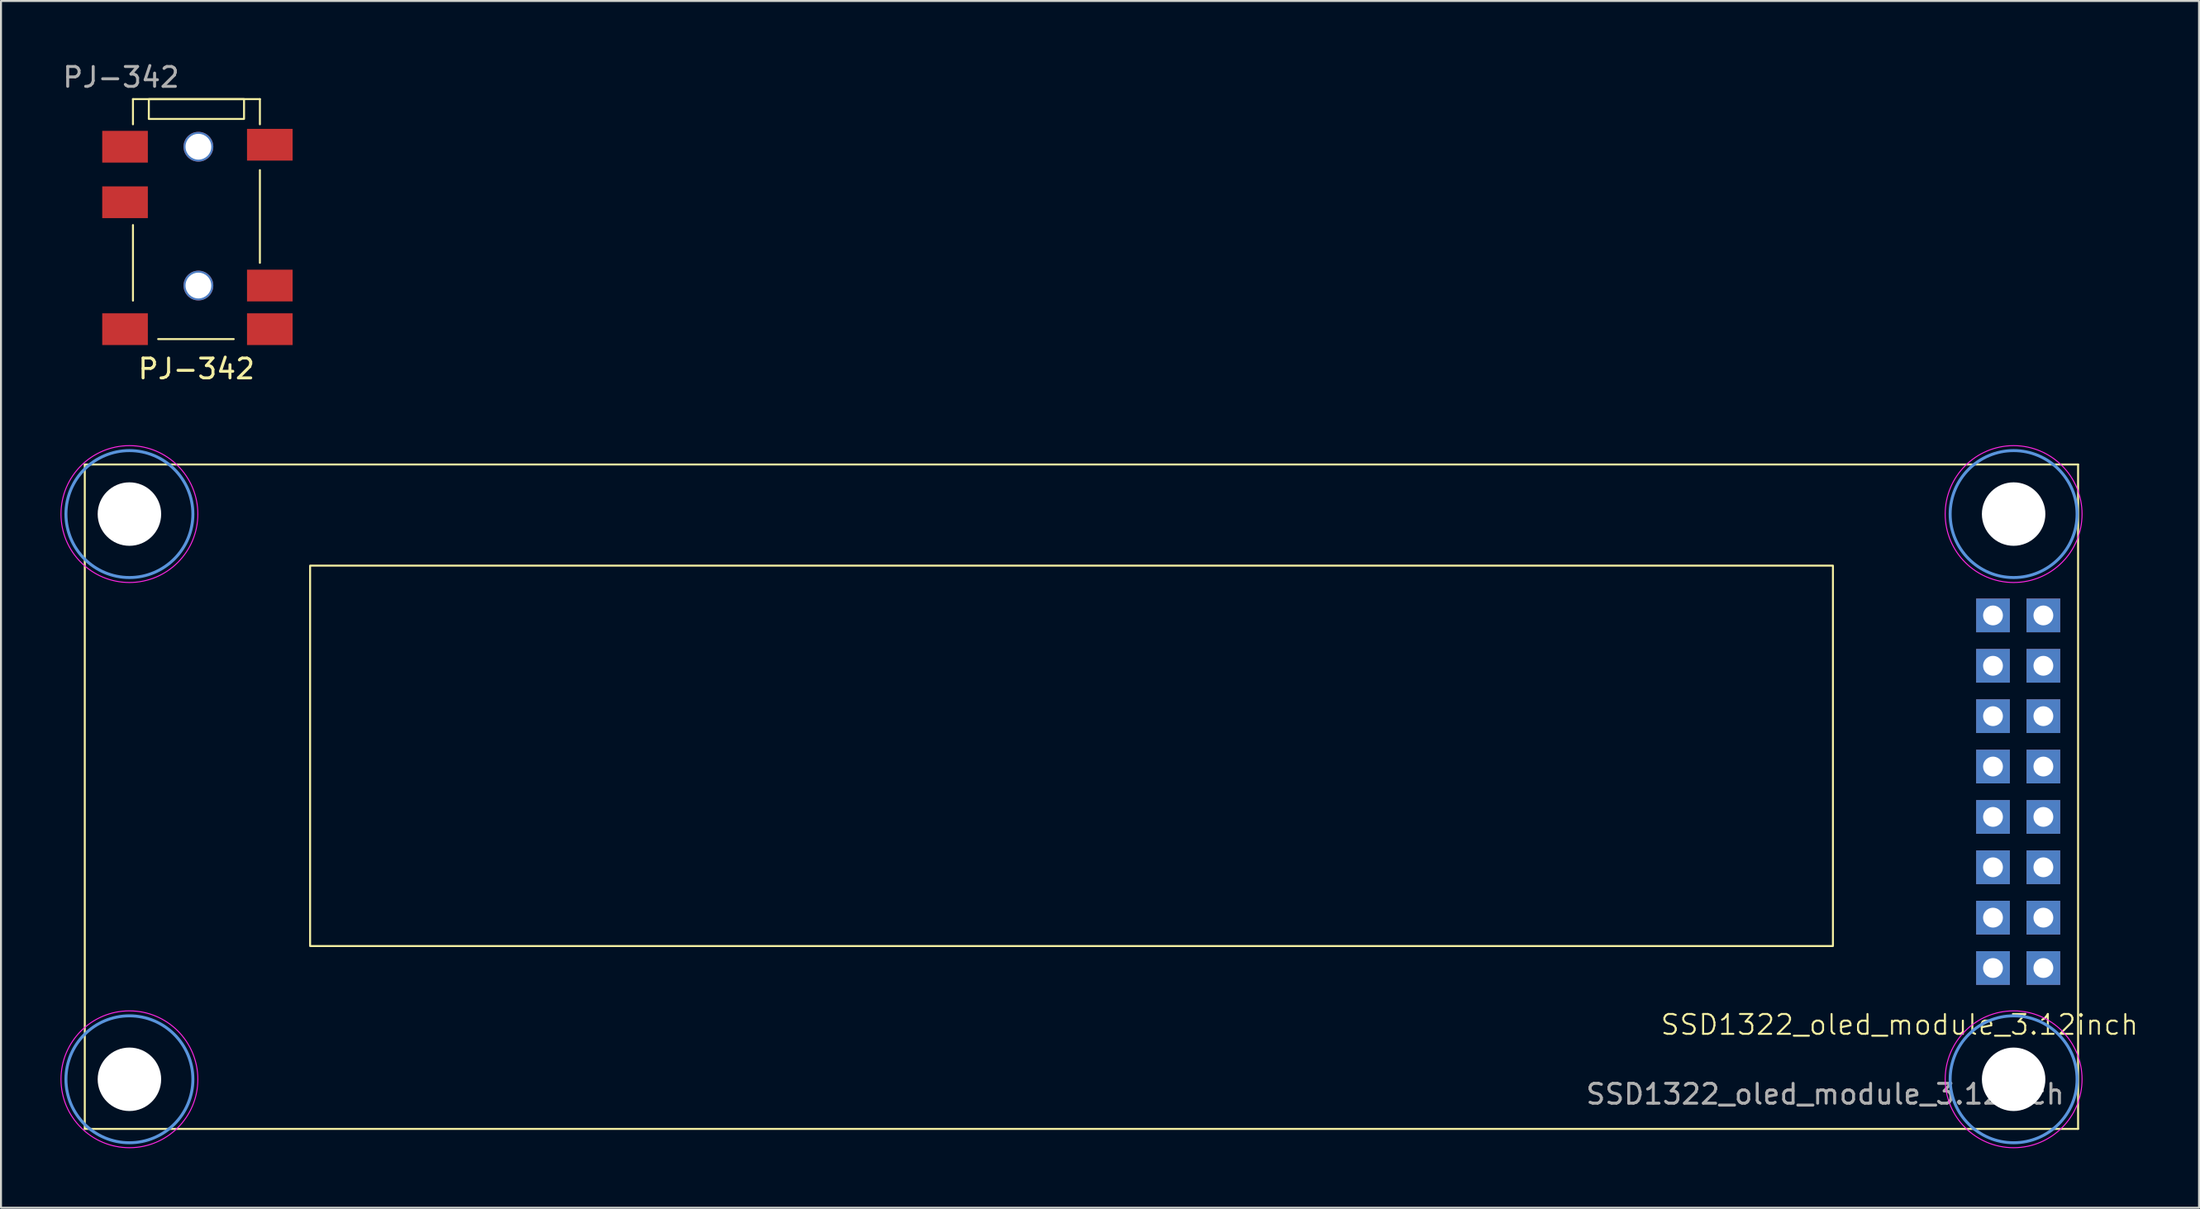
<source format=kicad_pcb>
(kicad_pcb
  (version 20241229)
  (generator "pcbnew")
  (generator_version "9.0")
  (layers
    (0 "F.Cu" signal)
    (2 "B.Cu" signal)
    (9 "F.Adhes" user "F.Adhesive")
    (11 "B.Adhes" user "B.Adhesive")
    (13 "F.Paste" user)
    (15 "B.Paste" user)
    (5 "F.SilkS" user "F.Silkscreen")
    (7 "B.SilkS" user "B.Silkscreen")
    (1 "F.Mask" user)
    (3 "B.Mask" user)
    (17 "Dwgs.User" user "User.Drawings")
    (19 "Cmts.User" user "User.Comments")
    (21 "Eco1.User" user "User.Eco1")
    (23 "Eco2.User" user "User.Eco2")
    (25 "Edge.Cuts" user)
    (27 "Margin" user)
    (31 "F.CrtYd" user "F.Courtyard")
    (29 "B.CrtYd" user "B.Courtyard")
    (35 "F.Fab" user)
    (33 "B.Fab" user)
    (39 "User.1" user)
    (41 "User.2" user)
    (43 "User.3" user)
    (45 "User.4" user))
  (footprint "PJ-342"
    (layer "F.Cu")
    (at 3.654 1.948)
    (property "Reference" "PJ-342" (at 3.2 13.6 0) (unlocked yes) (layer "F.SilkS") (effects (font (size 1 1) (thickness 0.15))))
    (attr smd)
    (fp_line (start 0 0) (end 0 1.27) (stroke (width 0.1) (type default)) (layer "F.SilkS"))
    (fp_line (start 0 6.35) (end 0 10.16) (stroke (width 0.1) (type default)) (layer "F.SilkS"))
    (fp_line (start 1.27 12.1) (end 5.08 12.1) (stroke (width 0.1) (type default)) (layer "F.SilkS"))
    (fp_line (start 6.4 0) (end 0 0) (stroke (width 0.1) (type default)) (layer "F.SilkS"))
    (fp_line (start 6.4 1.27) (end 6.4 0) (stroke (width 0.1) (type default)) (layer "F.SilkS"))
    (fp_line (start 6.4 8.255) (end 6.4 3.58) (stroke (width 0.1) (type default)) (layer "F.SilkS"))
    (fp_rect (start 0.8 0) (end 5.6 1) (stroke (width 0.1) (type default)) (fill no) (layer "F.SilkS"))
    (fp_text user "${REFERENCE}" (at -0.6 -1.1 0) (unlocked yes) (layer "F.Fab") (effects (font (size 1 1) (thickness 0.15))))
    (pad "" np_thru_hole circle (at 3.3 2.4) (size 1.5 1.5) (drill 1.3) (layers "*.Cu" "*.Mask"))
    (pad "" np_thru_hole circle (at 3.3 9.4) (size 1.5 1.5) (drill 1.3) (layers "*.Cu" "*.Mask"))
    (pad "2" smd rect (at -0.4 2.4) (size 2.3 1.6) (layers "F.Cu" "F.Mask" "F.Paste"))
    (pad "3" smd rect (at 6.9 2.3) (size 2.3 1.6) (layers "F.Cu" "F.Mask" "F.Paste"))
    (pad "4" smd rect (at -0.4 5.2) (size 2.3 1.6) (layers "F.Cu" "F.Mask" "F.Paste"))
    (pad "5" smd rect (at 6.9 9.4) (size 2.3 1.6) (layers "F.Cu" "F.Mask" "F.Paste"))
    (pad "6" smd rect (at -0.4 11.6) (size 2.3 1.6) (layers "F.Cu" "F.Mask" "F.Paste"))
    (pad "7" smd rect (at 6.9 11.6) (size 2.3 1.6) (layers "F.Cu" "F.Mask" "F.Paste")))
  (footprint "SSD1322_oled_module_3.12inch"
    (layer "F.Cu")
    (at 101.725 53.871)
    (property "Reference" "SSD1322_oled_module_3.12inch" (at -9 -5.25 0) (unlocked yes) (layer "F.SilkS") (effects (font (size 1 1) (thickness 0.1))))
    (attr through_hole)
    (fp_line (start -100.5 0) (end -100.5 -33.5) (stroke (width 0.1) (type default)) (layer "F.SilkS"))
    (fp_line (start 0 -33.5) (end -100.5 -33.5) (stroke (width 0.1) (type default)) (layer "F.SilkS"))
    (fp_line (start 0 -33.5) (end 0 0) (stroke (width 0.1) (type default)) (layer "F.SilkS"))
    (fp_line (start 0 0) (end -100.5 0) (stroke (width 0.1) (type default)) (layer "F.SilkS"))
    (fp_rect (start -89.14 -28.4) (end -12.36 -9.22) (stroke (width 0.1) (type default)) (fill no) (layer "F.SilkS"))
    (fp_circle (center -98.25 -31) (end -95.05 -31) (stroke (width 0.15) (type solid)) (fill no) (layer "Cmts.User"))
    (fp_circle (center -98.25 -2.5) (end -95.05 -2.5) (stroke (width 0.15) (type solid)) (fill no) (layer "Cmts.User"))
    (fp_circle (center -3.25 -31) (end -0.05 -31) (stroke (width 0.15) (type solid)) (fill no) (layer "Cmts.User"))
    (fp_circle (center -3.25 -2.5) (end -0.05 -2.5) (stroke (width 0.15) (type solid)) (fill no) (layer "Cmts.User"))
    (fp_circle (center -98.25 -31) (end -94.8 -31) (stroke (width 0.05) (type solid)) (fill no) (layer "F.CrtYd"))
    (fp_circle (center -98.25 -2.5) (end -94.8 -2.5) (stroke (width 0.05) (type solid)) (fill no) (layer "F.CrtYd"))
    (fp_circle (center -3.25 -31) (end 0.2 -31) (stroke (width 0.05) (type solid)) (fill no) (layer "F.CrtYd"))
    (fp_circle (center -3.25 -2.5) (end 0.2 -2.5) (stroke (width 0.05) (type solid)) (fill no) (layer "F.CrtYd"))
    (fp_text user "${REFERENCE}" (at -12.75 -1.75 0) (unlocked yes) (layer "F.Fab") (effects (font (size 1 1) (thickness 0.15))))
    (pad "" np_thru_hole circle (at -98.25 -31) (size 3.2 3.2) (drill 3.2) (layers "*.Cu" "*.Mask"))
    (pad "" np_thru_hole circle (at -98.25 -2.5) (size 3.2 3.2) (drill 3.2) (layers "*.Cu" "*.Mask"))
    (pad "" np_thru_hole circle (at -3.25 -31) (size 3.2 3.2) (drill 3.2) (layers "*.Cu" "*.Mask"))
    (pad "" np_thru_hole circle (at -3.25 -2.5) (size 3.2 3.2) (drill 3.2) (layers "*.Cu" "*.Mask"))
    (pad "1" thru_hole rect (at -4.29 -8.11) (size 1.7 1.7) (drill 1) (layers "*.Cu" "*.Mask"))
    (pad "2" thru_hole rect (at -1.75 -8.11) (size 1.7 1.7) (drill 1) (layers "*.Cu" "*.Mask"))
    (pad "3" thru_hole rect (at -4.29 -10.65) (size 1.7 1.7) (drill 1) (layers "*.Cu" "*.Mask"))
    (pad "4" thru_hole rect (at -1.75 -10.65) (size 1.7 1.7) (drill 1) (layers "*.Cu" "*.Mask"))
    (pad "5" thru_hole rect (at -4.29 -13.19) (size 1.7 1.7) (drill 1) (layers "*.Cu" "*.Mask"))
    (pad "6" thru_hole rect (at -1.75 -13.19) (size 1.7 1.7) (drill 1) (layers "*.Cu" "*.Mask"))
    (pad "7" thru_hole rect (at -4.29 -15.73) (size 1.7 1.7) (drill 1) (layers "*.Cu" "*.Mask"))
    (pad "8" thru_hole rect (at -1.75 -15.73) (size 1.7 1.7) (drill 1) (layers "*.Cu" "*.Mask"))
    (pad "9" thru_hole rect (at -4.29 -18.27) (size 1.7 1.7) (drill 1) (layers "*.Cu" "*.Mask"))
    (pad "10" thru_hole rect (at -1.75 -18.27) (size 1.7 1.7) (drill 1) (layers "*.Cu" "*.Mask"))
    (pad "11" thru_hole rect (at -4.29 -20.81) (size 1.7 1.7) (drill 1) (layers "*.Cu" "*.Mask"))
    (pad "12" thru_hole rect (at -1.75 -20.81) (size 1.7 1.7) (drill 1) (layers "*.Cu" "*.Mask"))
    (pad "13" thru_hole rect (at -4.29 -23.35) (size 1.7 1.7) (drill 1) (layers "*.Cu" "*.Mask"))
    (pad "14" thru_hole rect (at -1.75 -23.35) (size 1.7 1.7) (drill 1) (layers "*.Cu" "*.Mask"))
    (pad "15" thru_hole rect (at -4.29 -25.89) (size 1.7 1.7) (drill 1) (layers "*.Cu" "*.Mask"))
    (pad "16" thru_hole rect (at -1.75 -25.89) (size 1.7 1.7) (drill 1) (layers "*.Cu" "*.Mask")))
  (gr_rect
    (start -3 -3)
    (end 107.823 57.846)
    (stroke (width 0.1) (type default))
    (fill no)
    (layer "Edge.Cuts")))
</source>
